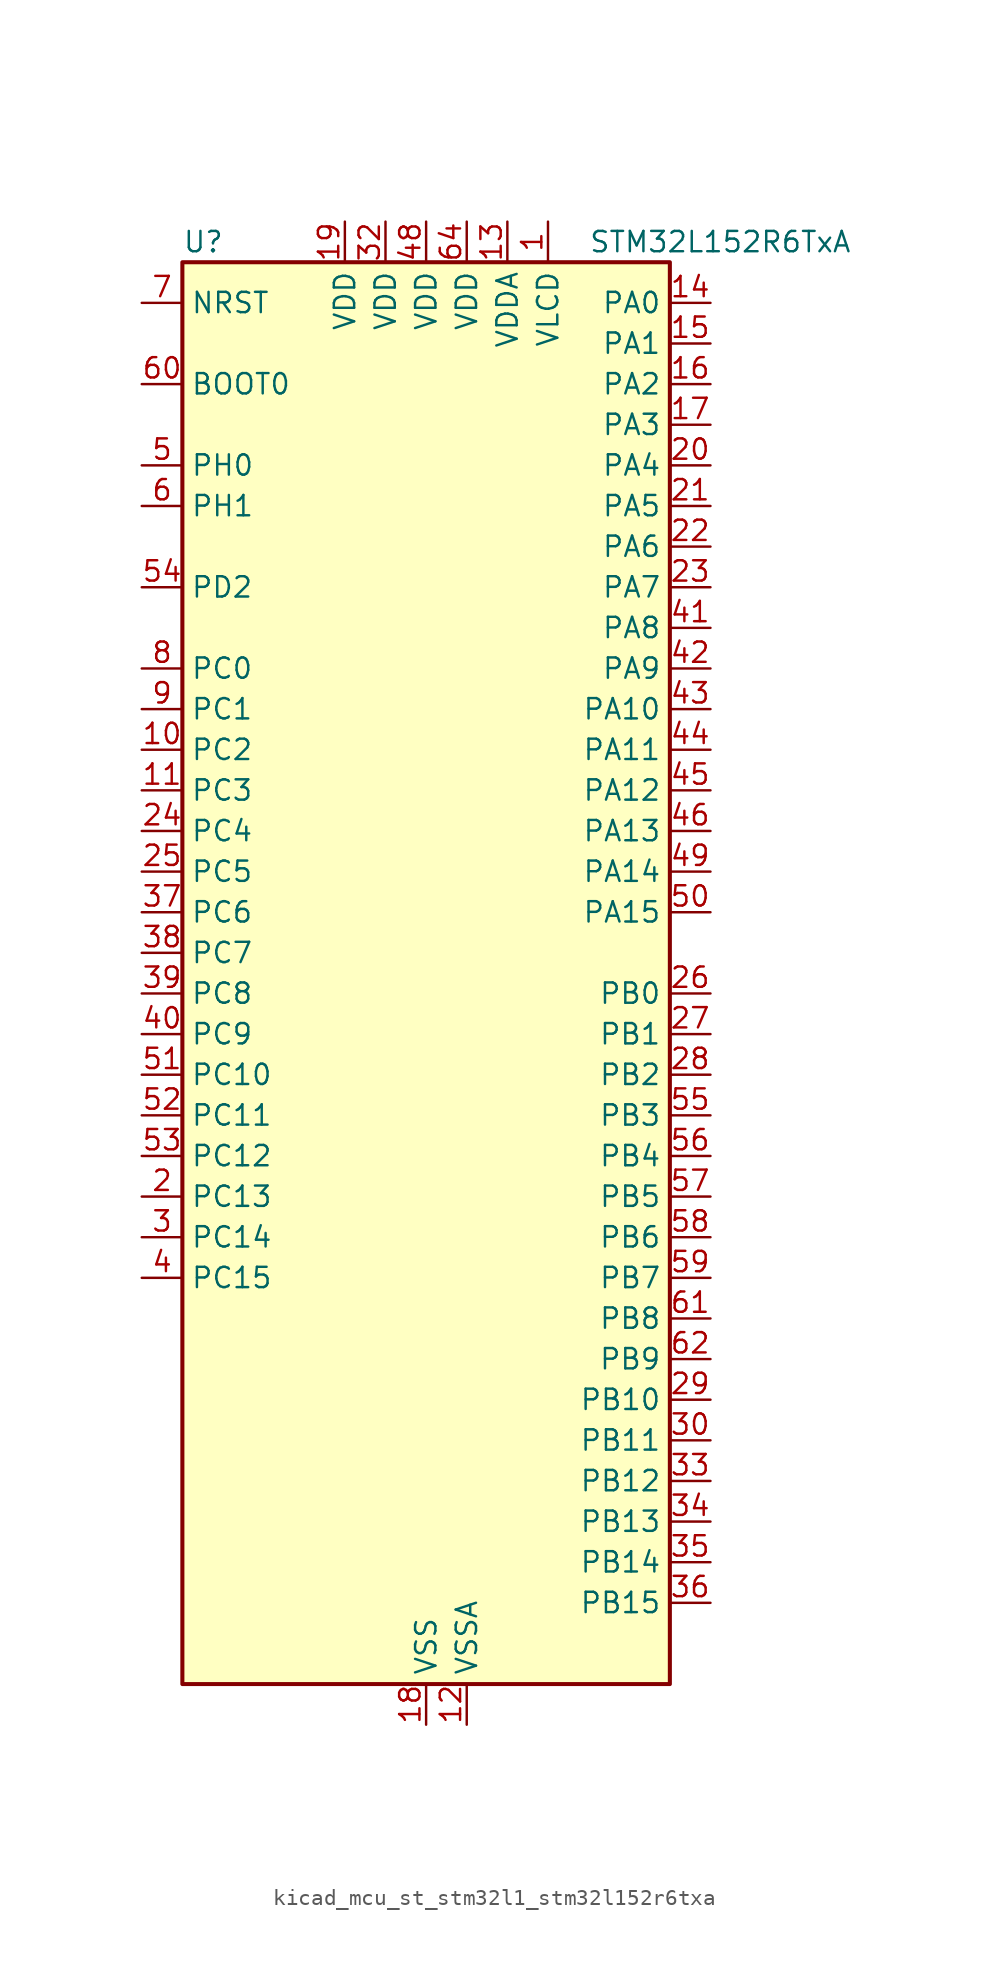
<source format=kicad_sym>
(kicad_symbol_lib
  (version 20220914)
  (generator kicad_symbol_editor)
  (symbol "kicad_mcu_st_stm32l1_stm32l152r6txa"
    (property "Reference" "U"
      (at -15.24 46.99 0)
      (effects (font (size 1.27 1.27)) (justify left)))
    (property "Value" "STM32L152R6TxA"
      (at 10.16 46.99 0)
      (effects (font (size 1.27 1.27)) (justify left)))
    (property "ki_locked" ""
      (at 0 0 0)
      (effects (font (size 1.27 1.27))))
    (symbol "kicad_mcu_st_stm32l1_stm32l152r6txa_0_1"
      (rectangle (start -15.24 -43.18) (end 15.24 45.72) (stroke (width 0.254) (type default)) (fill (type background))))
    (symbol "kicad_mcu_st_stm32l1_stm32l152r6txa_1_1"
      (pin power_in line (at 7.62 48.26 270) (length 2.54) (name "VLCD" (effects (font (size 1.27 1.27)))) (number "1" (effects (font (size 1.27 1.27)))))
      (pin bidirectional line (at -17.78 15.24 0) (length 2.54) (name "PC2" (effects (font (size 1.27 1.27)))) (number "10" (effects (font (size 1.27 1.27)))) (alternate "ADC_IN12" bidirectional line) (alternate "COMP1_INP" bidirectional line) (alternate "LCD_SEG20" bidirectional line) (alternate "TIMX_IC3" bidirectional line) (alternate "TS_G8_IO3" bidirectional line))
      (pin bidirectional line (at -17.78 12.7 0) (length 2.54) (name "PC3" (effects (font (size 1.27 1.27)))) (number "11" (effects (font (size 1.27 1.27)))) (alternate "ADC_IN13" bidirectional line) (alternate "COMP1_INP" bidirectional line) (alternate "LCD_SEG21" bidirectional line) (alternate "TIMX_IC4" bidirectional line) (alternate "TS_G8_IO4" bidirectional line))
      (pin power_in line (at 2.54 -45.72 90) (length 2.54) (name "VSSA" (effects (font (size 1.27 1.27)))) (number "12" (effects (font (size 1.27 1.27)))))
      (pin power_in line (at 5.08 48.26 270) (length 2.54) (name "VDDA" (effects (font (size 1.27 1.27)))) (number "13" (effects (font (size 1.27 1.27)))))
      (pin bidirectional line (at 17.78 43.18 180) (length 2.54) (name "PA0" (effects (font (size 1.27 1.27)))) (number "14" (effects (font (size 1.27 1.27)))) (alternate "ADC_IN0" bidirectional line) (alternate "COMP1_INP" bidirectional line) (alternate "RTC_TAMP2" bidirectional line) (alternate "SYS_WKUP1" bidirectional line) (alternate "TIM2_CH1" bidirectional line) (alternate "TIM2_ETR" bidirectional line) (alternate "TIMX_IC1" bidirectional line) (alternate "TS_G1_IO1" bidirectional line) (alternate "USART2_CTS" bidirectional line))
      (pin bidirectional line (at 17.78 40.64 180) (length 2.54) (name "PA1" (effects (font (size 1.27 1.27)))) (number "15" (effects (font (size 1.27 1.27)))) (alternate "ADC_IN1" bidirectional line) (alternate "COMP1_INP" bidirectional line) (alternate "LCD_SEG0" bidirectional line) (alternate "TIM2_CH2" bidirectional line) (alternate "TIMX_IC2" bidirectional line) (alternate "TS_G1_IO2" bidirectional line) (alternate "USART2_RTS" bidirectional line))
      (pin bidirectional line (at 17.78 38.1 180) (length 2.54) (name "PA2" (effects (font (size 1.27 1.27)))) (number "16" (effects (font (size 1.27 1.27)))) (alternate "ADC_IN2" bidirectional line) (alternate "COMP1_INP" bidirectional line) (alternate "LCD_SEG1" bidirectional line) (alternate "TIM2_CH3" bidirectional line) (alternate "TIM9_CH1" bidirectional line) (alternate "TIMX_IC3" bidirectional line) (alternate "TS_G1_IO3" bidirectional line) (alternate "USART2_TX" bidirectional line))
      (pin bidirectional line (at 17.78 35.56 180) (length 2.54) (name "PA3" (effects (font (size 1.27 1.27)))) (number "17" (effects (font (size 1.27 1.27)))) (alternate "ADC_IN3" bidirectional line) (alternate "COMP1_INP" bidirectional line) (alternate "LCD_SEG2" bidirectional line) (alternate "TIM2_CH4" bidirectional line) (alternate "TIM9_CH2" bidirectional line) (alternate "TIMX_IC4" bidirectional line) (alternate "TS_G1_IO4" bidirectional line) (alternate "USART2_RX" bidirectional line))
      (pin power_in line (at 0 -45.72 90) (length 2.54) (name "VSS" (effects (font (size 1.27 1.27)))) (number "18" (effects (font (size 1.27 1.27)))))
      (pin power_in line (at -5.08 48.26 270) (length 2.54) (name "VDD" (effects (font (size 1.27 1.27)))) (number "19" (effects (font (size 1.27 1.27)))))
      (pin bidirectional line (at -17.78 -12.7 0) (length 2.54) (name "PC13" (effects (font (size 1.27 1.27)))) (number "2" (effects (font (size 1.27 1.27)))) (alternate "RTC_OUT_ALARM" bidirectional line) (alternate "RTC_OUT_CALIB" bidirectional line) (alternate "RTC_TAMP1" bidirectional line) (alternate "RTC_TS" bidirectional line) (alternate "SYS_WKUP2" bidirectional line) (alternate "TIMX_IC2" bidirectional line))
      (pin bidirectional line (at 17.78 33.02 180) (length 2.54) (name "PA4" (effects (font (size 1.27 1.27)))) (number "20" (effects (font (size 1.27 1.27)))) (alternate "ADC_IN4" bidirectional line) (alternate "COMP1_INP" bidirectional line) (alternate "DAC_OUT1" bidirectional line) (alternate "SPI1_NSS" bidirectional line) (alternate "TIMX_IC1" bidirectional line) (alternate "USART2_CK" bidirectional line))
      (pin bidirectional line (at 17.78 30.48 180) (length 2.54) (name "PA5" (effects (font (size 1.27 1.27)))) (number "21" (effects (font (size 1.27 1.27)))) (alternate "ADC_IN5" bidirectional line) (alternate "COMP1_INP" bidirectional line) (alternate "DAC_OUT2" bidirectional line) (alternate "SPI1_SCK" bidirectional line) (alternate "TIM2_CH1" bidirectional line) (alternate "TIM2_ETR" bidirectional line) (alternate "TIMX_IC2" bidirectional line))
      (pin bidirectional line (at 17.78 27.94 180) (length 2.54) (name "PA6" (effects (font (size 1.27 1.27)))) (number "22" (effects (font (size 1.27 1.27)))) (alternate "ADC_IN6" bidirectional line) (alternate "COMP1_INP" bidirectional line) (alternate "LCD_SEG3" bidirectional line) (alternate "SPI1_MISO" bidirectional line) (alternate "TIM10_CH1" bidirectional line) (alternate "TIM3_CH1" bidirectional line) (alternate "TIMX_IC3" bidirectional line) (alternate "TS_G2_IO1" bidirectional line))
      (pin bidirectional line (at 17.78 25.4 180) (length 2.54) (name "PA7" (effects (font (size 1.27 1.27)))) (number "23" (effects (font (size 1.27 1.27)))) (alternate "ADC_IN7" bidirectional line) (alternate "COMP1_INP" bidirectional line) (alternate "LCD_SEG4" bidirectional line) (alternate "SPI1_MOSI" bidirectional line) (alternate "TIM11_CH1" bidirectional line) (alternate "TIM3_CH2" bidirectional line) (alternate "TIMX_IC4" bidirectional line) (alternate "TS_G2_IO2" bidirectional line))
      (pin bidirectional line (at -17.78 10.16 0) (length 2.54) (name "PC4" (effects (font (size 1.27 1.27)))) (number "24" (effects (font (size 1.27 1.27)))) (alternate "ADC_IN14" bidirectional line) (alternate "COMP1_INP" bidirectional line) (alternate "LCD_SEG22" bidirectional line) (alternate "TIMX_IC1" bidirectional line) (alternate "TS_G9_IO1" bidirectional line))
      (pin bidirectional line (at -17.78 7.62 0) (length 2.54) (name "PC5" (effects (font (size 1.27 1.27)))) (number "25" (effects (font (size 1.27 1.27)))) (alternate "ADC_IN15" bidirectional line) (alternate "COMP1_INP" bidirectional line) (alternate "LCD_SEG23" bidirectional line) (alternate "TIMX_IC2" bidirectional line) (alternate "TS_G9_IO2" bidirectional line))
      (pin bidirectional line (at 17.78 0 180) (length 2.54) (name "PB0" (effects (font (size 1.27 1.27)))) (number "26" (effects (font (size 1.27 1.27)))) (alternate "ADC_IN8" bidirectional line) (alternate "COMP1_INP" bidirectional line) (alternate "LCD_SEG5" bidirectional line) (alternate "SYS_V_REF_OUT" bidirectional line) (alternate "TIM3_CH3" bidirectional line) (alternate "TS_G3_IO1" bidirectional line))
      (pin bidirectional line (at 17.78 -2.54 180) (length 2.54) (name "PB1" (effects (font (size 1.27 1.27)))) (number "27" (effects (font (size 1.27 1.27)))) (alternate "ADC_IN9" bidirectional line) (alternate "COMP1_INP" bidirectional line) (alternate "LCD_SEG6" bidirectional line) (alternate "SYS_V_REF_OUT" bidirectional line) (alternate "TIM3_CH4" bidirectional line) (alternate "TS_G3_IO2" bidirectional line))
      (pin bidirectional line (at 17.78 -5.08 180) (length 2.54) (name "PB2" (effects (font (size 1.27 1.27)))) (number "28" (effects (font (size 1.27 1.27)))) (alternate "TS_G3_IO3" bidirectional line))
      (pin bidirectional line (at 17.78 -25.4 180) (length 2.54) (name "PB10" (effects (font (size 1.27 1.27)))) (number "29" (effects (font (size 1.27 1.27)))) (alternate "I2C2_SCL" bidirectional line) (alternate "LCD_SEG10" bidirectional line) (alternate "TIM2_CH3" bidirectional line) (alternate "USART3_TX" bidirectional line))
      (pin bidirectional line (at -17.78 -15.24 0) (length 2.54) (name "PC14" (effects (font (size 1.27 1.27)))) (number "3" (effects (font (size 1.27 1.27)))) (alternate "RCC_OSC32_IN" bidirectional line) (alternate "TIMX_IC3" bidirectional line))
      (pin bidirectional line (at 17.78 -27.94 180) (length 2.54) (name "PB11" (effects (font (size 1.27 1.27)))) (number "30" (effects (font (size 1.27 1.27)))) (alternate "ADC_EXTI11" bidirectional line) (alternate "I2C2_SDA" bidirectional line) (alternate "LCD_SEG11" bidirectional line) (alternate "TIM2_CH4" bidirectional line) (alternate "USART3_RX" bidirectional line))
      (pin passive line (at 0 -45.72 90) (length 2.54) hide (name "VSS" (effects (font (size 1.27 1.27)))) (number "31" (effects (font (size 1.27 1.27)))))
      (pin power_in line (at -2.54 48.26 270) (length 2.54) (name "VDD" (effects (font (size 1.27 1.27)))) (number "32" (effects (font (size 1.27 1.27)))))
      (pin bidirectional line (at 17.78 -30.48 180) (length 2.54) (name "PB12" (effects (font (size 1.27 1.27)))) (number "33" (effects (font (size 1.27 1.27)))) (alternate "ADC_IN18" bidirectional line) (alternate "COMP1_INP" bidirectional line) (alternate "I2C2_SMBA" bidirectional line) (alternate "LCD_SEG12" bidirectional line) (alternate "SPI2_NSS" bidirectional line) (alternate "TIM10_CH1" bidirectional line) (alternate "TS_G7_IO1" bidirectional line) (alternate "USART3_CK" bidirectional line))
      (pin bidirectional line (at 17.78 -33.02 180) (length 2.54) (name "PB13" (effects (font (size 1.27 1.27)))) (number "34" (effects (font (size 1.27 1.27)))) (alternate "ADC_IN19" bidirectional line) (alternate "COMP1_INP" bidirectional line) (alternate "LCD_SEG13" bidirectional line) (alternate "SPI2_SCK" bidirectional line) (alternate "TIM9_CH1" bidirectional line) (alternate "TS_G7_IO2" bidirectional line) (alternate "USART3_CTS" bidirectional line))
      (pin bidirectional line (at 17.78 -35.56 180) (length 2.54) (name "PB14" (effects (font (size 1.27 1.27)))) (number "35" (effects (font (size 1.27 1.27)))) (alternate "ADC_IN20" bidirectional line) (alternate "COMP1_INP" bidirectional line) (alternate "LCD_SEG14" bidirectional line) (alternate "SPI2_MISO" bidirectional line) (alternate "TIM9_CH2" bidirectional line) (alternate "TS_G7_IO3" bidirectional line) (alternate "USART3_RTS" bidirectional line))
      (pin bidirectional line (at 17.78 -38.1 180) (length 2.54) (name "PB15" (effects (font (size 1.27 1.27)))) (number "36" (effects (font (size 1.27 1.27)))) (alternate "ADC_EXTI15" bidirectional line) (alternate "ADC_IN21" bidirectional line) (alternate "COMP1_INP" bidirectional line) (alternate "LCD_SEG15" bidirectional line) (alternate "RTC_REFIN" bidirectional line) (alternate "SPI2_MOSI" bidirectional line) (alternate "TIM11_CH1" bidirectional line) (alternate "TS_G7_IO4" bidirectional line))
      (pin bidirectional line (at -17.78 5.08 0) (length 2.54) (name "PC6" (effects (font (size 1.27 1.27)))) (number "37" (effects (font (size 1.27 1.27)))) (alternate "LCD_SEG24" bidirectional line) (alternate "TIM3_CH1" bidirectional line) (alternate "TIMX_IC3" bidirectional line) (alternate "TS_G10_IO1" bidirectional line))
      (pin bidirectional line (at -17.78 2.54 0) (length 2.54) (name "PC7" (effects (font (size 1.27 1.27)))) (number "38" (effects (font (size 1.27 1.27)))) (alternate "LCD_SEG25" bidirectional line) (alternate "TIM3_CH2" bidirectional line) (alternate "TIMX_IC4" bidirectional line) (alternate "TS_G10_IO2" bidirectional line))
      (pin bidirectional line (at -17.78 0 0) (length 2.54) (name "PC8" (effects (font (size 1.27 1.27)))) (number "39" (effects (font (size 1.27 1.27)))) (alternate "LCD_SEG26" bidirectional line) (alternate "TIM3_CH3" bidirectional line) (alternate "TIMX_IC1" bidirectional line) (alternate "TS_G10_IO3" bidirectional line))
      (pin bidirectional line (at -17.78 -17.78 0) (length 2.54) (name "PC15" (effects (font (size 1.27 1.27)))) (number "4" (effects (font (size 1.27 1.27)))) (alternate "ADC_EXTI15" bidirectional line) (alternate "RCC_OSC32_OUT" bidirectional line) (alternate "TIMX_IC4" bidirectional line))
      (pin bidirectional line (at -17.78 -2.54 0) (length 2.54) (name "PC9" (effects (font (size 1.27 1.27)))) (number "40" (effects (font (size 1.27 1.27)))) (alternate "DAC_EXTI9" bidirectional line) (alternate "LCD_SEG27" bidirectional line) (alternate "TIM3_CH4" bidirectional line) (alternate "TIMX_IC2" bidirectional line) (alternate "TS_G10_IO4" bidirectional line))
      (pin bidirectional line (at 17.78 22.86 180) (length 2.54) (name "PA8" (effects (font (size 1.27 1.27)))) (number "41" (effects (font (size 1.27 1.27)))) (alternate "LCD_COM0" bidirectional line) (alternate "RCC_MCO" bidirectional line) (alternate "TIMX_IC1" bidirectional line) (alternate "TS_G4_IO1" bidirectional line) (alternate "USART1_CK" bidirectional line))
      (pin bidirectional line (at 17.78 20.32 180) (length 2.54) (name "PA9" (effects (font (size 1.27 1.27)))) (number "42" (effects (font (size 1.27 1.27)))) (alternate "DAC_EXTI9" bidirectional line) (alternate "LCD_COM1" bidirectional line) (alternate "TIMX_IC2" bidirectional line) (alternate "TS_G4_IO2" bidirectional line) (alternate "USART1_TX" bidirectional line))
      (pin bidirectional line (at 17.78 17.78 180) (length 2.54) (name "PA10" (effects (font (size 1.27 1.27)))) (number "43" (effects (font (size 1.27 1.27)))) (alternate "LCD_COM2" bidirectional line) (alternate "TIMX_IC3" bidirectional line) (alternate "TS_G4_IO3" bidirectional line) (alternate "USART1_RX" bidirectional line))
      (pin bidirectional line (at 17.78 15.24 180) (length 2.54) (name "PA11" (effects (font (size 1.27 1.27)))) (number "44" (effects (font (size 1.27 1.27)))) (alternate "ADC_EXTI11" bidirectional line) (alternate "SPI1_MISO" bidirectional line) (alternate "TIMX_IC4" bidirectional line) (alternate "USART1_CTS" bidirectional line) (alternate "USB_DM" bidirectional line))
      (pin bidirectional line (at 17.78 12.7 180) (length 2.54) (name "PA12" (effects (font (size 1.27 1.27)))) (number "45" (effects (font (size 1.27 1.27)))) (alternate "SPI1_MOSI" bidirectional line) (alternate "TIMX_IC1" bidirectional line) (alternate "USART1_RTS" bidirectional line) (alternate "USB_DP" bidirectional line))
      (pin bidirectional line (at 17.78 10.16 180) (length 2.54) (name "PA13" (effects (font (size 1.27 1.27)))) (number "46" (effects (font (size 1.27 1.27)))) (alternate "SYS_JTMS-SWDIO" bidirectional line) (alternate "TIMX_IC2" bidirectional line) (alternate "TS_G5_IO1" bidirectional line))
      (pin passive line (at 0 -45.72 90) (length 2.54) hide (name "VSS" (effects (font (size 1.27 1.27)))) (number "47" (effects (font (size 1.27 1.27)))))
      (pin power_in line (at 0 48.26 270) (length 2.54) (name "VDD" (effects (font (size 1.27 1.27)))) (number "48" (effects (font (size 1.27 1.27)))))
      (pin bidirectional line (at 17.78 7.62 180) (length 2.54) (name "PA14" (effects (font (size 1.27 1.27)))) (number "49" (effects (font (size 1.27 1.27)))) (alternate "SYS_JTCK-SWCLK" bidirectional line) (alternate "TIMX_IC3" bidirectional line) (alternate "TS_G5_IO2" bidirectional line))
      (pin bidirectional line (at -17.78 33.02 0) (length 2.54) (name "PH0" (effects (font (size 1.27 1.27)))) (number "5" (effects (font (size 1.27 1.27)))) (alternate "RCC_OSC_IN" bidirectional line))
      (pin bidirectional line (at 17.78 5.08 180) (length 2.54) (name "PA15" (effects (font (size 1.27 1.27)))) (number "50" (effects (font (size 1.27 1.27)))) (alternate "ADC_EXTI15" bidirectional line) (alternate "LCD_SEG17" bidirectional line) (alternate "SPI1_NSS" bidirectional line) (alternate "SYS_JTDI" bidirectional line) (alternate "TIM2_CH1" bidirectional line) (alternate "TIM2_ETR" bidirectional line) (alternate "TIMX_IC4" bidirectional line) (alternate "TS_G5_IO3" bidirectional line))
      (pin bidirectional line (at -17.78 -5.08 0) (length 2.54) (name "PC10" (effects (font (size 1.27 1.27)))) (number "51" (effects (font (size 1.27 1.27)))) (alternate "LCD_COM4" bidirectional line) (alternate "LCD_SEG28" bidirectional line) (alternate "LCD_SEG40" bidirectional line) (alternate "TIMX_IC3" bidirectional line) (alternate "USART3_TX" bidirectional line))
      (pin bidirectional line (at -17.78 -7.62 0) (length 2.54) (name "PC11" (effects (font (size 1.27 1.27)))) (number "52" (effects (font (size 1.27 1.27)))) (alternate "ADC_EXTI11" bidirectional line) (alternate "LCD_COM5" bidirectional line) (alternate "LCD_SEG29" bidirectional line) (alternate "LCD_SEG41" bidirectional line) (alternate "TIMX_IC4" bidirectional line) (alternate "USART3_RX" bidirectional line))
      (pin bidirectional line (at -17.78 -10.16 0) (length 2.54) (name "PC12" (effects (font (size 1.27 1.27)))) (number "53" (effects (font (size 1.27 1.27)))) (alternate "LCD_COM6" bidirectional line) (alternate "LCD_SEG30" bidirectional line) (alternate "LCD_SEG42" bidirectional line) (alternate "TIMX_IC1" bidirectional line) (alternate "USART3_CK" bidirectional line))
      (pin bidirectional line (at -17.78 25.4 0) (length 2.54) (name "PD2" (effects (font (size 1.27 1.27)))) (number "54" (effects (font (size 1.27 1.27)))) (alternate "LCD_COM7" bidirectional line) (alternate "LCD_SEG31" bidirectional line) (alternate "LCD_SEG43" bidirectional line) (alternate "TIM3_ETR" bidirectional line) (alternate "TIMX_IC3" bidirectional line))
      (pin bidirectional line (at 17.78 -7.62 180) (length 2.54) (name "PB3" (effects (font (size 1.27 1.27)))) (number "55" (effects (font (size 1.27 1.27)))) (alternate "COMP2_INM" bidirectional line) (alternate "LCD_SEG7" bidirectional line) (alternate "SPI1_SCK" bidirectional line) (alternate "SYS_JTDO-TRACESWO" bidirectional line) (alternate "TIM2_CH2" bidirectional line))
      (pin bidirectional line (at 17.78 -10.16 180) (length 2.54) (name "PB4" (effects (font (size 1.27 1.27)))) (number "56" (effects (font (size 1.27 1.27)))) (alternate "COMP2_INP" bidirectional line) (alternate "LCD_SEG8" bidirectional line) (alternate "SPI1_MISO" bidirectional line) (alternate "SYS_JTRST" bidirectional line) (alternate "TIM3_CH1" bidirectional line) (alternate "TS_G6_IO1" bidirectional line))
      (pin bidirectional line (at 17.78 -12.7 180) (length 2.54) (name "PB5" (effects (font (size 1.27 1.27)))) (number "57" (effects (font (size 1.27 1.27)))) (alternate "COMP2_INP" bidirectional line) (alternate "I2C1_SMBA" bidirectional line) (alternate "LCD_SEG9" bidirectional line) (alternate "SPI1_MOSI" bidirectional line) (alternate "TIM3_CH2" bidirectional line) (alternate "TS_G6_IO2" bidirectional line))
      (pin bidirectional line (at 17.78 -15.24 180) (length 2.54) (name "PB6" (effects (font (size 1.27 1.27)))) (number "58" (effects (font (size 1.27 1.27)))) (alternate "I2C1_SCL" bidirectional line) (alternate "TIM4_CH1" bidirectional line) (alternate "TS_G6_IO3" bidirectional line) (alternate "USART1_TX" bidirectional line))
      (pin bidirectional line (at 17.78 -17.78 180) (length 2.54) (name "PB7" (effects (font (size 1.27 1.27)))) (number "59" (effects (font (size 1.27 1.27)))) (alternate "I2C1_SDA" bidirectional line) (alternate "SYS_PVD_IN" bidirectional line) (alternate "TIM4_CH2" bidirectional line) (alternate "TS_G6_IO4" bidirectional line) (alternate "USART1_RX" bidirectional line))
      (pin bidirectional line (at -17.78 30.48 0) (length 2.54) (name "PH1" (effects (font (size 1.27 1.27)))) (number "6" (effects (font (size 1.27 1.27)))) (alternate "RCC_OSC_OUT" bidirectional line))
      (pin input line (at -17.78 38.1 0) (length 2.54) (name "BOOT0" (effects (font (size 1.27 1.27)))) (number "60" (effects (font (size 1.27 1.27)))))
      (pin bidirectional line (at 17.78 -20.32 180) (length 2.54) (name "PB8" (effects (font (size 1.27 1.27)))) (number "61" (effects (font (size 1.27 1.27)))) (alternate "I2C1_SCL" bidirectional line) (alternate "LCD_SEG16" bidirectional line) (alternate "TIM10_CH1" bidirectional line) (alternate "TIM4_CH3" bidirectional line))
      (pin bidirectional line (at 17.78 -22.86 180) (length 2.54) (name "PB9" (effects (font (size 1.27 1.27)))) (number "62" (effects (font (size 1.27 1.27)))) (alternate "DAC_EXTI9" bidirectional line) (alternate "I2C1_SDA" bidirectional line) (alternate "LCD_COM3" bidirectional line) (alternate "TIM11_CH1" bidirectional line) (alternate "TIM4_CH4" bidirectional line))
      (pin passive line (at 0 -45.72 90) (length 2.54) hide (name "VSS" (effects (font (size 1.27 1.27)))) (number "63" (effects (font (size 1.27 1.27)))))
      (pin power_in line (at 2.54 48.26 270) (length 2.54) (name "VDD" (effects (font (size 1.27 1.27)))) (number "64" (effects (font (size 1.27 1.27)))))
      (pin input line (at -17.78 43.18 0) (length 2.54) (name "NRST" (effects (font (size 1.27 1.27)))) (number "7" (effects (font (size 1.27 1.27)))))
      (pin bidirectional line (at -17.78 20.32 0) (length 2.54) (name "PC0" (effects (font (size 1.27 1.27)))) (number "8" (effects (font (size 1.27 1.27)))) (alternate "ADC_IN10" bidirectional line) (alternate "COMP1_INP" bidirectional line) (alternate "LCD_SEG18" bidirectional line) (alternate "TIMX_IC1" bidirectional line) (alternate "TS_G8_IO1" bidirectional line))
      (pin bidirectional line (at -17.78 17.78 0) (length 2.54) (name "PC1" (effects (font (size 1.27 1.27)))) (number "9" (effects (font (size 1.27 1.27)))) (alternate "ADC_IN11" bidirectional line) (alternate "COMP1_INP" bidirectional line) (alternate "LCD_SEG19" bidirectional line) (alternate "TIMX_IC2" bidirectional line) (alternate "TS_G8_IO2" bidirectional line)))))
</source>
